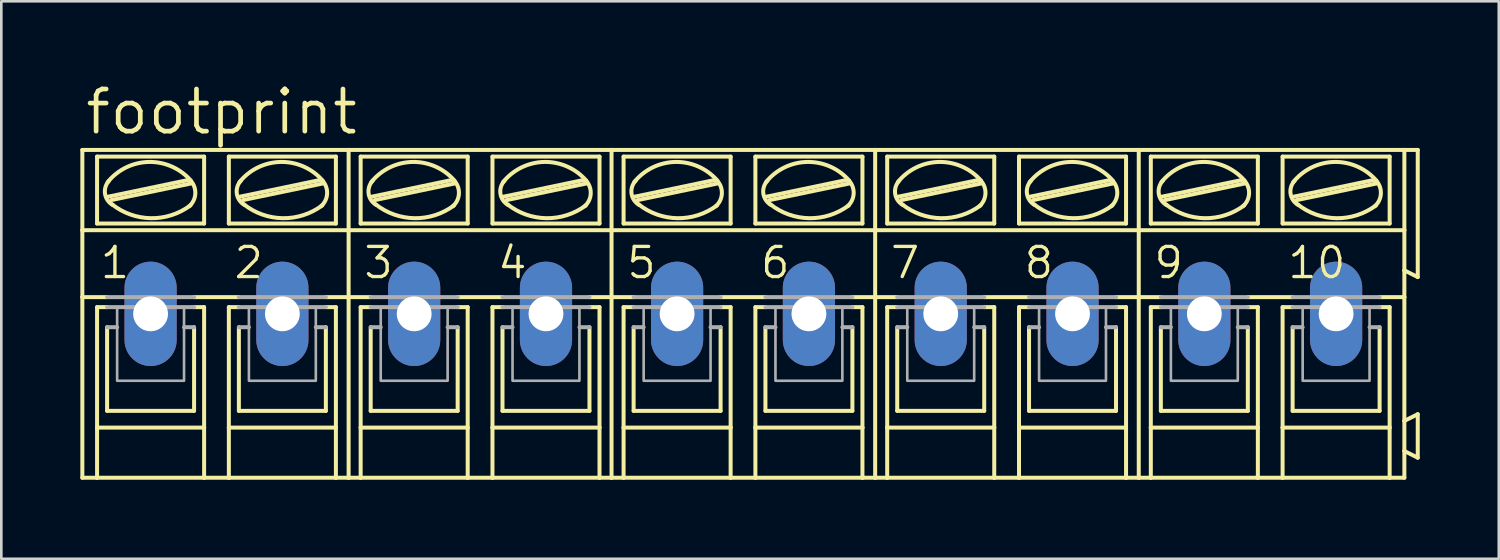
<source format=kicad_pcb>
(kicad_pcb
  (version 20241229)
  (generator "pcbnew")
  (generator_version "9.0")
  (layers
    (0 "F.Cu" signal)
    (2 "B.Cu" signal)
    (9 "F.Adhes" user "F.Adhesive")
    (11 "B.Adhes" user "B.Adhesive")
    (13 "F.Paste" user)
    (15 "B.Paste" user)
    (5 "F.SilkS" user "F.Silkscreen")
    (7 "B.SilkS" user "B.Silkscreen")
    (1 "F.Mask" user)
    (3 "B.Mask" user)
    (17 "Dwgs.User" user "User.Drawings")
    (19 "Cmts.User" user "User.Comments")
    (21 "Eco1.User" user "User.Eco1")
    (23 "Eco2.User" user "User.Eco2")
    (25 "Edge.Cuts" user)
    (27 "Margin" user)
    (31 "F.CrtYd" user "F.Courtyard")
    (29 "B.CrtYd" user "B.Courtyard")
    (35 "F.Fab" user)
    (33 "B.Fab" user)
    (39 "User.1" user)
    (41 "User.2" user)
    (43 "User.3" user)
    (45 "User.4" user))
  (footprint "footprint"
    (layer "F.Cu")
    (at 25.171 8.865)
    (property "Reference" "footprint" (at -25.07 -6.731 0) (layer "F.SilkS") (effects (font (size 1.6 1.6) (thickness 0.178)) (justify left bottom)))
    (fp_line (start -25.095 -3.175) (end -25.095 -6.223) (stroke (width 0.152) (type solid)) (layer "F.SilkS"))
    (fp_line (start -25.095 -3.175) (end -14.986 -3.175) (stroke (width 0.152) (type solid)) (layer "F.SilkS"))
    (fp_line (start -25.095 -0.635) (end -25.095 -3.175) (stroke (width 0.152) (type solid)) (layer "F.SilkS"))
    (fp_line (start -25.095 -0.635) (end -24.155 -0.635) (stroke (width 0.152) (type solid)) (layer "F.SilkS"))
    (fp_line (start -25.095 6.223) (end -25.095 -0.635) (stroke (width 0.152) (type solid)) (layer "F.SilkS"))
    (fp_line (start -25.095 6.223) (end -24.536 6.223) (stroke (width 0.152) (type solid)) (layer "F.SilkS"))
    (fp_line (start -24.536 -3.429) (end -24.536 -5.969) (stroke (width 0.152) (type solid)) (layer "F.SilkS"))
    (fp_line (start -24.536 -0.254) (end -24.536 4.318) (stroke (width 0.152) (type solid)) (layer "F.SilkS"))
    (fp_line (start -24.536 -0.254) (end -24.155 -0.254) (stroke (width 0.152) (type solid)) (layer "F.SilkS"))
    (fp_line (start -24.536 4.318) (end -24.536 6.223) (stroke (width 0.152) (type solid)) (layer "F.SilkS"))
    (fp_line (start -24.536 6.223) (end -20.472 6.223) (stroke (width 0.152) (type solid)) (layer "F.SilkS"))
    (fp_line (start -24.155 3.683) (end -24.155 0.508) (stroke (width 0.152) (type solid)) (layer "F.SilkS"))
    (fp_line (start -24.13 -4.445) (end -21.082 -5.08) (stroke (width 0.152) (type solid)) (layer "F.SilkS"))
    (fp_line (start -24.003 -4.318) (end -20.955 -4.953) (stroke (width 0.152) (type solid)) (layer "F.SilkS"))
    (fp_line (start -20.853 -0.635) (end -19.152 -0.635) (stroke (width 0.152) (type solid)) (layer "F.SilkS"))
    (fp_line (start -20.853 3.683) (end -24.155 3.683) (stroke (width 0.152) (type solid)) (layer "F.SilkS"))
    (fp_line (start -20.853 3.683) (end -20.853 0.508) (stroke (width 0.152) (type solid)) (layer "F.SilkS"))
    (fp_line (start -20.472 -5.969) (end -24.536 -5.969) (stroke (width 0.152) (type solid)) (layer "F.SilkS"))
    (fp_line (start -20.472 -3.429) (end -24.536 -3.429) (stroke (width 0.152) (type solid)) (layer "F.SilkS"))
    (fp_line (start -20.472 -3.429) (end -20.472 -5.969) (stroke (width 0.152) (type solid)) (layer "F.SilkS"))
    (fp_line (start -20.472 -0.254) (end -20.853 -0.254) (stroke (width 0.152) (type solid)) (layer "F.SilkS"))
    (fp_line (start -20.472 4.318) (end -24.536 4.318) (stroke (width 0.152) (type solid)) (layer "F.SilkS"))
    (fp_line (start -20.472 4.318) (end -20.472 -0.254) (stroke (width 0.152) (type solid)) (layer "F.SilkS"))
    (fp_line (start -20.472 6.223) (end -20.472 4.318) (stroke (width 0.152) (type solid)) (layer "F.SilkS"))
    (fp_line (start -20.472 6.223) (end -19.533 6.223) (stroke (width 0.152) (type solid)) (layer "F.SilkS"))
    (fp_line (start -19.533 -5.969) (end -15.469 -5.969) (stroke (width 0.152) (type solid)) (layer "F.SilkS"))
    (fp_line (start -19.533 -3.429) (end -19.533 -5.969) (stroke (width 0.152) (type solid)) (layer "F.SilkS"))
    (fp_line (start -19.533 -0.254) (end -19.152 -0.254) (stroke (width 0.152) (type solid)) (layer "F.SilkS"))
    (fp_line (start -19.533 4.318) (end -19.533 -0.254) (stroke (width 0.152) (type solid)) (layer "F.SilkS"))
    (fp_line (start -19.533 4.318) (end -15.469 4.318) (stroke (width 0.152) (type solid)) (layer "F.SilkS"))
    (fp_line (start -19.533 6.223) (end -19.533 4.318) (stroke (width 0.152) (type solid)) (layer "F.SilkS"))
    (fp_line (start -19.533 6.223) (end -15.469 6.223) (stroke (width 0.152) (type solid)) (layer "F.SilkS"))
    (fp_line (start -19.152 3.683) (end -19.152 0.508) (stroke (width 0.152) (type solid)) (layer "F.SilkS"))
    (fp_line (start -19.126 -4.445) (end -16.078 -5.08) (stroke (width 0.152) (type solid)) (layer "F.SilkS"))
    (fp_line (start -18.999 -4.318) (end -15.951 -4.953) (stroke (width 0.152) (type solid)) (layer "F.SilkS"))
    (fp_line (start -15.85 3.683) (end -19.152 3.683) (stroke (width 0.152) (type solid)) (layer "F.SilkS"))
    (fp_line (start -15.85 3.683) (end -15.85 0.508) (stroke (width 0.152) (type solid)) (layer "F.SilkS"))
    (fp_line (start -15.469 -5.969) (end -15.469 -3.429) (stroke (width 0.152) (type solid)) (layer "F.SilkS"))
    (fp_line (start -15.469 -3.429) (end -19.533 -3.429) (stroke (width 0.152) (type solid)) (layer "F.SilkS"))
    (fp_line (start -15.469 -0.254) (end -15.85 -0.254) (stroke (width 0.152) (type solid)) (layer "F.SilkS"))
    (fp_line (start -15.469 -0.254) (end -15.469 4.318) (stroke (width 0.152) (type solid)) (layer "F.SilkS"))
    (fp_line (start -15.469 4.318) (end -15.469 6.223) (stroke (width 0.152) (type solid)) (layer "F.SilkS"))
    (fp_line (start -15.469 6.223) (end -14.986 6.223) (stroke (width 0.152) (type solid)) (layer "F.SilkS"))
    (fp_line (start -14.986 -6.223) (end -25.095 -6.223) (stroke (width 0.152) (type solid)) (layer "F.SilkS"))
    (fp_line (start -14.986 -3.175) (end -14.986 -6.223) (stroke (width 0.152) (type solid)) (layer "F.SilkS"))
    (fp_line (start -14.986 -3.175) (end -5.004 -3.175) (stroke (width 0.152) (type solid)) (layer "F.SilkS"))
    (fp_line (start -14.986 -0.635) (end -15.85 -0.635) (stroke (width 0.152) (type solid)) (layer "F.SilkS"))
    (fp_line (start -14.986 -0.635) (end -14.986 -3.175) (stroke (width 0.152) (type solid)) (layer "F.SilkS"))
    (fp_line (start -14.986 -0.635) (end -14.148 -0.635) (stroke (width 0.152) (type solid)) (layer "F.SilkS"))
    (fp_line (start -14.986 6.223) (end -14.986 -0.635) (stroke (width 0.152) (type solid)) (layer "F.SilkS"))
    (fp_line (start -14.986 6.223) (end -14.529 6.223) (stroke (width 0.152) (type solid)) (layer "F.SilkS"))
    (fp_line (start -14.529 -3.429) (end -14.529 -5.969) (stroke (width 0.152) (type solid)) (layer "F.SilkS"))
    (fp_line (start -14.529 -0.254) (end -14.529 4.318) (stroke (width 0.152) (type solid)) (layer "F.SilkS"))
    (fp_line (start -14.529 -0.254) (end -14.148 -0.254) (stroke (width 0.152) (type solid)) (layer "F.SilkS"))
    (fp_line (start -14.529 4.318) (end -14.529 6.223) (stroke (width 0.152) (type solid)) (layer "F.SilkS"))
    (fp_line (start -14.529 6.223) (end -10.465 6.223) (stroke (width 0.152) (type solid)) (layer "F.SilkS"))
    (fp_line (start -14.148 3.683) (end -14.148 0.508) (stroke (width 0.152) (type solid)) (layer "F.SilkS"))
    (fp_line (start -14.122 -4.445) (end -11.074 -5.08) (stroke (width 0.152) (type solid)) (layer "F.SilkS"))
    (fp_line (start -13.995 -4.318) (end -10.947 -4.953) (stroke (width 0.152) (type solid)) (layer "F.SilkS"))
    (fp_line (start -10.846 -0.635) (end -9.144 -0.635) (stroke (width 0.152) (type solid)) (layer "F.SilkS"))
    (fp_line (start -10.846 3.683) (end -14.148 3.683) (stroke (width 0.152) (type solid)) (layer "F.SilkS"))
    (fp_line (start -10.846 3.683) (end -10.846 0.508) (stroke (width 0.152) (type solid)) (layer "F.SilkS"))
    (fp_line (start -10.465 -5.969) (end -14.529 -5.969) (stroke (width 0.152) (type solid)) (layer "F.SilkS"))
    (fp_line (start -10.465 -3.429) (end -14.529 -3.429) (stroke (width 0.152) (type solid)) (layer "F.SilkS"))
    (fp_line (start -10.465 -3.429) (end -10.465 -5.969) (stroke (width 0.152) (type solid)) (layer "F.SilkS"))
    (fp_line (start -10.465 -0.254) (end -10.846 -0.254) (stroke (width 0.152) (type solid)) (layer "F.SilkS"))
    (fp_line (start -10.465 4.318) (end -14.529 4.318) (stroke (width 0.152) (type solid)) (layer "F.SilkS"))
    (fp_line (start -10.465 4.318) (end -10.465 -0.254) (stroke (width 0.152) (type solid)) (layer "F.SilkS"))
    (fp_line (start -10.465 6.223) (end -10.465 4.318) (stroke (width 0.152) (type solid)) (layer "F.SilkS"))
    (fp_line (start -10.465 6.223) (end -9.525 6.223) (stroke (width 0.152) (type solid)) (layer "F.SilkS"))
    (fp_line (start -9.525 -5.969) (end -5.461 -5.969) (stroke (width 0.152) (type solid)) (layer "F.SilkS"))
    (fp_line (start -9.525 -3.429) (end -9.525 -5.969) (stroke (width 0.152) (type solid)) (layer "F.SilkS"))
    (fp_line (start -9.525 -0.254) (end -9.144 -0.254) (stroke (width 0.152) (type solid)) (layer "F.SilkS"))
    (fp_line (start -9.525 4.318) (end -9.525 -0.254) (stroke (width 0.152) (type solid)) (layer "F.SilkS"))
    (fp_line (start -9.525 4.318) (end -5.461 4.318) (stroke (width 0.152) (type solid)) (layer "F.SilkS"))
    (fp_line (start -9.525 6.223) (end -9.525 4.318) (stroke (width 0.152) (type solid)) (layer "F.SilkS"))
    (fp_line (start -9.525 6.223) (end -5.461 6.223) (stroke (width 0.152) (type solid)) (layer "F.SilkS"))
    (fp_line (start -9.144 3.683) (end -9.144 0.508) (stroke (width 0.152) (type solid)) (layer "F.SilkS"))
    (fp_line (start -9.119 -4.445) (end -6.071 -5.08) (stroke (width 0.152) (type solid)) (layer "F.SilkS"))
    (fp_line (start -8.992 -4.318) (end -5.944 -4.953) (stroke (width 0.152) (type solid)) (layer "F.SilkS"))
    (fp_line (start -5.842 3.683) (end -9.144 3.683) (stroke (width 0.152) (type solid)) (layer "F.SilkS"))
    (fp_line (start -5.842 3.683) (end -5.842 0.508) (stroke (width 0.152) (type solid)) (layer "F.SilkS"))
    (fp_line (start -5.461 -5.969) (end -5.461 -3.429) (stroke (width 0.152) (type solid)) (layer "F.SilkS"))
    (fp_line (start -5.461 -3.429) (end -9.525 -3.429) (stroke (width 0.152) (type solid)) (layer "F.SilkS"))
    (fp_line (start -5.461 -0.254) (end -5.842 -0.254) (stroke (width 0.152) (type solid)) (layer "F.SilkS"))
    (fp_line (start -5.461 -0.254) (end -5.461 4.318) (stroke (width 0.152) (type solid)) (layer "F.SilkS"))
    (fp_line (start -5.461 4.318) (end -5.461 6.223) (stroke (width 0.152) (type solid)) (layer "F.SilkS"))
    (fp_line (start -5.461 6.223) (end -5.004 6.223) (stroke (width 0.152) (type solid)) (layer "F.SilkS"))
    (fp_line (start -5.004 -6.223) (end -14.986 -6.223) (stroke (width 0.152) (type solid)) (layer "F.SilkS"))
    (fp_line (start -5.004 -3.175) (end -5.004 -6.223) (stroke (width 0.152) (type solid)) (layer "F.SilkS"))
    (fp_line (start -5.004 -3.175) (end 5.004 -3.175) (stroke (width 0.152) (type solid)) (layer "F.SilkS"))
    (fp_line (start -5.004 -0.635) (end -5.842 -0.635) (stroke (width 0.152) (type solid)) (layer "F.SilkS"))
    (fp_line (start -5.004 -0.635) (end -5.004 -3.175) (stroke (width 0.152) (type solid)) (layer "F.SilkS"))
    (fp_line (start -5.004 -0.635) (end -4.166 -0.635) (stroke (width 0.152) (type solid)) (layer "F.SilkS"))
    (fp_line (start -5.004 6.223) (end -5.004 -0.635) (stroke (width 0.152) (type solid)) (layer "F.SilkS"))
    (fp_line (start -5.004 6.223) (end -4.547 6.223) (stroke (width 0.152) (type solid)) (layer "F.SilkS"))
    (fp_line (start -4.547 -3.429) (end -4.547 -5.969) (stroke (width 0.152) (type solid)) (layer "F.SilkS"))
    (fp_line (start -4.547 -0.254) (end -4.547 4.318) (stroke (width 0.152) (type solid)) (layer "F.SilkS"))
    (fp_line (start -4.547 -0.254) (end -4.166 -0.254) (stroke (width 0.152) (type solid)) (layer "F.SilkS"))
    (fp_line (start -4.547 4.318) (end -4.547 6.223) (stroke (width 0.152) (type solid)) (layer "F.SilkS"))
    (fp_line (start -4.547 6.223) (end -0.483 6.223) (stroke (width 0.152) (type solid)) (layer "F.SilkS"))
    (fp_line (start -4.166 3.683) (end -4.166 0.508) (stroke (width 0.152) (type solid)) (layer "F.SilkS"))
    (fp_line (start -4.14 -4.445) (end -1.092 -5.08) (stroke (width 0.152) (type solid)) (layer "F.SilkS"))
    (fp_line (start -4.013 -4.318) (end -0.965 -4.953) (stroke (width 0.152) (type solid)) (layer "F.SilkS"))
    (fp_line (start -0.864 -0.635) (end 0.838 -0.635) (stroke (width 0.152) (type solid)) (layer "F.SilkS"))
    (fp_line (start -0.864 3.683) (end -4.166 3.683) (stroke (width 0.152) (type solid)) (layer "F.SilkS"))
    (fp_line (start -0.864 3.683) (end -0.864 0.508) (stroke (width 0.152) (type solid)) (layer "F.SilkS"))
    (fp_line (start -0.483 -5.969) (end -4.547 -5.969) (stroke (width 0.152) (type solid)) (layer "F.SilkS"))
    (fp_line (start -0.483 -3.429) (end -4.547 -3.429) (stroke (width 0.152) (type solid)) (layer "F.SilkS"))
    (fp_line (start -0.483 -3.429) (end -0.483 -5.969) (stroke (width 0.152) (type solid)) (layer "F.SilkS"))
    (fp_line (start -0.483 -0.254) (end -0.864 -0.254) (stroke (width 0.152) (type solid)) (layer "F.SilkS"))
    (fp_line (start -0.483 4.318) (end -4.547 4.318) (stroke (width 0.152) (type solid)) (layer "F.SilkS"))
    (fp_line (start -0.483 4.318) (end -0.483 -0.254) (stroke (width 0.152) (type solid)) (layer "F.SilkS"))
    (fp_line (start -0.483 6.223) (end -0.483 4.318) (stroke (width 0.152) (type solid)) (layer "F.SilkS"))
    (fp_line (start -0.483 6.223) (end 0.457 6.223) (stroke (width 0.152) (type solid)) (layer "F.SilkS"))
    (fp_line (start 0.457 -5.969) (end 4.521 -5.969) (stroke (width 0.152) (type solid)) (layer "F.SilkS"))
    (fp_line (start 0.457 -3.429) (end 0.457 -5.969) (stroke (width 0.152) (type solid)) (layer "F.SilkS"))
    (fp_line (start 0.457 -0.254) (end 0.838 -0.254) (stroke (width 0.152) (type solid)) (layer "F.SilkS"))
    (fp_line (start 0.457 4.318) (end 0.457 -0.254) (stroke (width 0.152) (type solid)) (layer "F.SilkS"))
    (fp_line (start 0.457 4.318) (end 4.521 4.318) (stroke (width 0.152) (type solid)) (layer "F.SilkS"))
    (fp_line (start 0.457 6.223) (end 0.457 4.318) (stroke (width 0.152) (type solid)) (layer "F.SilkS"))
    (fp_line (start 0.457 6.223) (end 4.521 6.223) (stroke (width 0.152) (type solid)) (layer "F.SilkS"))
    (fp_line (start 0.838 3.683) (end 0.838 0.508) (stroke (width 0.152) (type solid)) (layer "F.SilkS"))
    (fp_line (start 0.864 -4.445) (end 3.912 -5.08) (stroke (width 0.152) (type solid)) (layer "F.SilkS"))
    (fp_line (start 0.991 -4.318) (end 4.039 -4.953) (stroke (width 0.152) (type solid)) (layer "F.SilkS"))
    (fp_line (start 4.14 3.683) (end 0.838 3.683) (stroke (width 0.152) (type solid)) (layer "F.SilkS"))
    (fp_line (start 4.14 3.683) (end 4.14 0.508) (stroke (width 0.152) (type solid)) (layer "F.SilkS"))
    (fp_line (start 4.521 -5.969) (end 4.521 -3.429) (stroke (width 0.152) (type solid)) (layer "F.SilkS"))
    (fp_line (start 4.521 -3.429) (end 0.457 -3.429) (stroke (width 0.152) (type solid)) (layer "F.SilkS"))
    (fp_line (start 4.521 -0.254) (end 4.14 -0.254) (stroke (width 0.152) (type solid)) (layer "F.SilkS"))
    (fp_line (start 4.521 -0.254) (end 4.521 4.318) (stroke (width 0.152) (type solid)) (layer "F.SilkS"))
    (fp_line (start 4.521 4.318) (end 4.521 6.223) (stroke (width 0.152) (type solid)) (layer "F.SilkS"))
    (fp_line (start 4.521 6.223) (end 5.004 6.223) (stroke (width 0.152) (type solid)) (layer "F.SilkS"))
    (fp_line (start 5.004 -6.223) (end -5.004 -6.223) (stroke (width 0.152) (type solid)) (layer "F.SilkS"))
    (fp_line (start 5.004 -3.175) (end 5.004 -6.223) (stroke (width 0.152) (type solid)) (layer "F.SilkS"))
    (fp_line (start 5.004 -3.175) (end 15.011 -3.175) (stroke (width 0.152) (type solid)) (layer "F.SilkS"))
    (fp_line (start 5.004 -0.635) (end 4.14 -0.635) (stroke (width 0.152) (type solid)) (layer "F.SilkS"))
    (fp_line (start 5.004 -0.635) (end 5.004 -3.175) (stroke (width 0.152) (type solid)) (layer "F.SilkS"))
    (fp_line (start 5.004 -0.635) (end 5.842 -0.635) (stroke (width 0.152) (type solid)) (layer "F.SilkS"))
    (fp_line (start 5.004 6.223) (end 5.004 -0.635) (stroke (width 0.152) (type solid)) (layer "F.SilkS"))
    (fp_line (start 5.004 6.223) (end 5.461 6.223) (stroke (width 0.152) (type solid)) (layer "F.SilkS"))
    (fp_line (start 5.461 -3.429) (end 5.461 -5.969) (stroke (width 0.152) (type solid)) (layer "F.SilkS"))
    (fp_line (start 5.461 -0.254) (end 5.461 4.318) (stroke (width 0.152) (type solid)) (layer "F.SilkS"))
    (fp_line (start 5.461 -0.254) (end 5.842 -0.254) (stroke (width 0.152) (type solid)) (layer "F.SilkS"))
    (fp_line (start 5.461 4.318) (end 5.461 6.223) (stroke (width 0.152) (type solid)) (layer "F.SilkS"))
    (fp_line (start 5.461 6.223) (end 9.525 6.223) (stroke (width 0.152) (type solid)) (layer "F.SilkS"))
    (fp_line (start 5.842 3.683) (end 5.842 0.508) (stroke (width 0.152) (type solid)) (layer "F.SilkS"))
    (fp_line (start 5.867 -4.445) (end 8.915 -5.08) (stroke (width 0.152) (type solid)) (layer "F.SilkS"))
    (fp_line (start 5.994 -4.318) (end 9.042 -4.953) (stroke (width 0.152) (type solid)) (layer "F.SilkS"))
    (fp_line (start 9.144 -0.635) (end 10.846 -0.635) (stroke (width 0.152) (type solid)) (layer "F.SilkS"))
    (fp_line (start 9.144 3.683) (end 5.842 3.683) (stroke (width 0.152) (type solid)) (layer "F.SilkS"))
    (fp_line (start 9.144 3.683) (end 9.144 0.508) (stroke (width 0.152) (type solid)) (layer "F.SilkS"))
    (fp_line (start 9.525 -5.969) (end 5.461 -5.969) (stroke (width 0.152) (type solid)) (layer "F.SilkS"))
    (fp_line (start 9.525 -3.429) (end 5.461 -3.429) (stroke (width 0.152) (type solid)) (layer "F.SilkS"))
    (fp_line (start 9.525 -3.429) (end 9.525 -5.969) (stroke (width 0.152) (type solid)) (layer "F.SilkS"))
    (fp_line (start 9.525 -0.254) (end 9.144 -0.254) (stroke (width 0.152) (type solid)) (layer "F.SilkS"))
    (fp_line (start 9.525 4.318) (end 5.461 4.318) (stroke (width 0.152) (type solid)) (layer "F.SilkS"))
    (fp_line (start 9.525 4.318) (end 9.525 -0.254) (stroke (width 0.152) (type solid)) (layer "F.SilkS"))
    (fp_line (start 9.525 6.223) (end 9.525 4.318) (stroke (width 0.152) (type solid)) (layer "F.SilkS"))
    (fp_line (start 9.525 6.223) (end 10.465 6.223) (stroke (width 0.152) (type solid)) (layer "F.SilkS"))
    (fp_line (start 10.465 -5.969) (end 14.529 -5.969) (stroke (width 0.152) (type solid)) (layer "F.SilkS"))
    (fp_line (start 10.465 -3.429) (end 10.465 -5.969) (stroke (width 0.152) (type solid)) (layer "F.SilkS"))
    (fp_line (start 10.465 -0.254) (end 10.846 -0.254) (stroke (width 0.152) (type solid)) (layer "F.SilkS"))
    (fp_line (start 10.465 4.318) (end 10.465 -0.254) (stroke (width 0.152) (type solid)) (layer "F.SilkS"))
    (fp_line (start 10.465 4.318) (end 14.529 4.318) (stroke (width 0.152) (type solid)) (layer "F.SilkS"))
    (fp_line (start 10.465 6.223) (end 10.465 4.318) (stroke (width 0.152) (type solid)) (layer "F.SilkS"))
    (fp_line (start 10.465 6.223) (end 14.529 6.223) (stroke (width 0.152) (type solid)) (layer "F.SilkS"))
    (fp_line (start 10.846 3.683) (end 10.846 0.508) (stroke (width 0.152) (type solid)) (layer "F.SilkS"))
    (fp_line (start 10.871 -4.445) (end 13.919 -5.08) (stroke (width 0.152) (type solid)) (layer "F.SilkS"))
    (fp_line (start 10.998 -4.318) (end 14.046 -4.953) (stroke (width 0.152) (type solid)) (layer "F.SilkS"))
    (fp_line (start 14.148 3.683) (end 10.846 3.683) (stroke (width 0.152) (type solid)) (layer "F.SilkS"))
    (fp_line (start 14.148 3.683) (end 14.148 0.508) (stroke (width 0.152) (type solid)) (layer "F.SilkS"))
    (fp_line (start 14.529 -5.969) (end 14.529 -3.429) (stroke (width 0.152) (type solid)) (layer "F.SilkS"))
    (fp_line (start 14.529 -3.429) (end 10.465 -3.429) (stroke (width 0.152) (type solid)) (layer "F.SilkS"))
    (fp_line (start 14.529 -0.254) (end 14.148 -0.254) (stroke (width 0.152) (type solid)) (layer "F.SilkS"))
    (fp_line (start 14.529 -0.254) (end 14.529 4.318) (stroke (width 0.152) (type solid)) (layer "F.SilkS"))
    (fp_line (start 14.529 4.318) (end 14.529 6.223) (stroke (width 0.152) (type solid)) (layer "F.SilkS"))
    (fp_line (start 14.529 6.223) (end 15.011 6.223) (stroke (width 0.152) (type solid)) (layer "F.SilkS"))
    (fp_line (start 15.011 -6.223) (end 5.004 -6.223) (stroke (width 0.152) (type solid)) (layer "F.SilkS"))
    (fp_line (start 15.011 -3.175) (end 15.011 -6.223) (stroke (width 0.152) (type solid)) (layer "F.SilkS"))
    (fp_line (start 15.011 -3.175) (end 25.095 -3.175) (stroke (width 0.152) (type solid)) (layer "F.SilkS"))
    (fp_line (start 15.011 -0.635) (end 14.148 -0.635) (stroke (width 0.152) (type solid)) (layer "F.SilkS"))
    (fp_line (start 15.011 -0.635) (end 15.011 -3.175) (stroke (width 0.152) (type solid)) (layer "F.SilkS"))
    (fp_line (start 15.011 -0.635) (end 15.85 -0.635) (stroke (width 0.152) (type solid)) (layer "F.SilkS"))
    (fp_line (start 15.011 6.223) (end 15.011 -0.635) (stroke (width 0.152) (type solid)) (layer "F.SilkS"))
    (fp_line (start 15.011 6.223) (end 15.469 6.223) (stroke (width 0.152) (type solid)) (layer "F.SilkS"))
    (fp_line (start 15.469 -3.429) (end 15.469 -5.969) (stroke (width 0.152) (type solid)) (layer "F.SilkS"))
    (fp_line (start 15.469 -0.254) (end 15.469 4.318) (stroke (width 0.152) (type solid)) (layer "F.SilkS"))
    (fp_line (start 15.469 -0.254) (end 15.85 -0.254) (stroke (width 0.152) (type solid)) (layer "F.SilkS"))
    (fp_line (start 15.469 4.318) (end 15.469 6.223) (stroke (width 0.152) (type solid)) (layer "F.SilkS"))
    (fp_line (start 15.469 6.223) (end 19.533 6.223) (stroke (width 0.152) (type solid)) (layer "F.SilkS"))
    (fp_line (start 15.85 3.683) (end 15.85 0.508) (stroke (width 0.152) (type solid)) (layer "F.SilkS"))
    (fp_line (start 15.875 -4.445) (end 18.923 -5.08) (stroke (width 0.152) (type solid)) (layer "F.SilkS"))
    (fp_line (start 16.002 -4.318) (end 19.05 -4.953) (stroke (width 0.152) (type solid)) (layer "F.SilkS"))
    (fp_line (start 19.152 -0.635) (end 20.853 -0.635) (stroke (width 0.152) (type solid)) (layer "F.SilkS"))
    (fp_line (start 19.152 3.683) (end 15.85 3.683) (stroke (width 0.152) (type solid)) (layer "F.SilkS"))
    (fp_line (start 19.152 3.683) (end 19.152 0.508) (stroke (width 0.152) (type solid)) (layer "F.SilkS"))
    (fp_line (start 19.533 -5.969) (end 15.469 -5.969) (stroke (width 0.152) (type solid)) (layer "F.SilkS"))
    (fp_line (start 19.533 -3.429) (end 15.469 -3.429) (stroke (width 0.152) (type solid)) (layer "F.SilkS"))
    (fp_line (start 19.533 -3.429) (end 19.533 -5.969) (stroke (width 0.152) (type solid)) (layer "F.SilkS"))
    (fp_line (start 19.533 -0.254) (end 19.152 -0.254) (stroke (width 0.152) (type solid)) (layer "F.SilkS"))
    (fp_line (start 19.533 4.318) (end 15.469 4.318) (stroke (width 0.152) (type solid)) (layer "F.SilkS"))
    (fp_line (start 19.533 4.318) (end 19.533 -0.254) (stroke (width 0.152) (type solid)) (layer "F.SilkS"))
    (fp_line (start 19.533 6.223) (end 19.533 4.318) (stroke (width 0.152) (type solid)) (layer "F.SilkS"))
    (fp_line (start 19.533 6.223) (end 20.472 6.223) (stroke (width 0.152) (type solid)) (layer "F.SilkS"))
    (fp_line (start 20.472 -5.969) (end 24.536 -5.969) (stroke (width 0.152) (type solid)) (layer "F.SilkS"))
    (fp_line (start 20.472 -3.429) (end 20.472 -5.969) (stroke (width 0.152) (type solid)) (layer "F.SilkS"))
    (fp_line (start 20.472 -0.254) (end 20.853 -0.254) (stroke (width 0.152) (type solid)) (layer "F.SilkS"))
    (fp_line (start 20.472 4.318) (end 20.472 -0.254) (stroke (width 0.152) (type solid)) (layer "F.SilkS"))
    (fp_line (start 20.472 4.318) (end 24.536 4.318) (stroke (width 0.152) (type solid)) (layer "F.SilkS"))
    (fp_line (start 20.472 6.223) (end 20.472 4.318) (stroke (width 0.152) (type solid)) (layer "F.SilkS"))
    (fp_line (start 20.472 6.223) (end 24.536 6.223) (stroke (width 0.152) (type solid)) (layer "F.SilkS"))
    (fp_line (start 20.853 3.683) (end 20.853 0.508) (stroke (width 0.152) (type solid)) (layer "F.SilkS"))
    (fp_line (start 20.879 -4.445) (end 23.927 -5.08) (stroke (width 0.152) (type solid)) (layer "F.SilkS"))
    (fp_line (start 21.006 -4.318) (end 24.054 -4.953) (stroke (width 0.152) (type solid)) (layer "F.SilkS"))
    (fp_line (start 24.155 3.683) (end 20.853 3.683) (stroke (width 0.152) (type solid)) (layer "F.SilkS"))
    (fp_line (start 24.155 3.683) (end 24.155 0.508) (stroke (width 0.152) (type solid)) (layer "F.SilkS"))
    (fp_line (start 24.536 -5.969) (end 24.536 -3.429) (stroke (width 0.152) (type solid)) (layer "F.SilkS"))
    (fp_line (start 24.536 -3.429) (end 20.472 -3.429) (stroke (width 0.152) (type solid)) (layer "F.SilkS"))
    (fp_line (start 24.536 -0.254) (end 24.155 -0.254) (stroke (width 0.152) (type solid)) (layer "F.SilkS"))
    (fp_line (start 24.536 -0.254) (end 24.536 4.318) (stroke (width 0.152) (type solid)) (layer "F.SilkS"))
    (fp_line (start 24.536 4.318) (end 24.536 6.223) (stroke (width 0.152) (type solid)) (layer "F.SilkS"))
    (fp_line (start 24.536 6.223) (end 25.095 6.223) (stroke (width 0.152) (type solid)) (layer "F.SilkS"))
    (fp_line (start 25.095 -6.223) (end 15.011 -6.223) (stroke (width 0.152) (type solid)) (layer "F.SilkS"))
    (fp_line (start 25.095 -6.223) (end 25.095 -3.175) (stroke (width 0.152) (type solid)) (layer "F.SilkS"))
    (fp_line (start 25.095 -6.223) (end 25.603 -6.223) (stroke (width 0.152) (type solid)) (layer "F.SilkS"))
    (fp_line (start 25.095 -3.175) (end 25.095 -1.651) (stroke (width 0.152) (type solid)) (layer "F.SilkS"))
    (fp_line (start 25.095 -1.651) (end 25.095 -0.635) (stroke (width 0.152) (type solid)) (layer "F.SilkS"))
    (fp_line (start 25.095 -0.635) (end 24.155 -0.635) (stroke (width 0.152) (type solid)) (layer "F.SilkS"))
    (fp_line (start 25.095 -0.635) (end 25.095 4.064) (stroke (width 0.152) (type solid)) (layer "F.SilkS"))
    (fp_line (start 25.095 4.064) (end 25.095 5.207) (stroke (width 0.152) (type solid)) (layer "F.SilkS"))
    (fp_line (start 25.095 5.207) (end 25.095 6.223) (stroke (width 0.152) (type solid)) (layer "F.SilkS"))
    (fp_line (start 25.603 -6.223) (end 25.603 -1.397) (stroke (width 0.152) (type solid)) (layer "F.SilkS"))
    (fp_line (start 25.603 -1.397) (end 25.095 -1.651) (stroke (width 0.152) (type solid)) (layer "F.SilkS"))
    (fp_line (start 25.603 3.81) (end 25.095 4.064) (stroke (width 0.152) (type solid)) (layer "F.SilkS"))
    (fp_line (start 25.603 3.81) (end 25.603 5.461) (stroke (width 0.152) (type solid)) (layer "F.SilkS"))
    (fp_line (start 25.603 5.461) (end 25.095 5.207) (stroke (width 0.152) (type solid)) (layer "F.SilkS"))
    (fp_arc (start -24.13 -5.0038) (mid -22.565626 -5.76695) (end -20.975599 -5.058801) (stroke (width 0.1524) (type solid)) (layer "F.SilkS"))
    (fp_arc (start -23.935501 -4.129699) (mid -24.233425 -4.557025) (end -24.0792 -5.0546) (stroke (width 0.1524) (type solid)) (layer "F.SilkS"))
    (fp_arc (start -20.989801 -4.118799) (mid -22.491704 -3.631242) (end -23.9776 -4.1656) (stroke (width 0.1524) (type solid)) (layer "F.SilkS"))
    (fp_arc (start -20.980499 -5.054499) (mid -20.806139 -4.558083) (end -21.0362 -4.0849) (stroke (width 0.1524) (type solid)) (layer "F.SilkS"))
    (fp_arc (start -19.1262 -5.0038) (mid -17.561826 -5.76695) (end -15.971799 -5.058801) (stroke (width 0.1524) (type solid)) (layer "F.SilkS"))
    (fp_arc (start -18.931701 -4.129699) (mid -19.229625 -4.557025) (end -19.0754 -5.0546) (stroke (width 0.1524) (type solid)) (layer "F.SilkS"))
    (fp_arc (start -15.986001 -4.118799) (mid -17.487904 -3.631242) (end -18.9738 -4.1656) (stroke (width 0.1524) (type solid)) (layer "F.SilkS"))
    (fp_arc (start -15.976699 -5.054499) (mid -15.802339 -4.558083) (end -16.0324 -4.0849) (stroke (width 0.1524) (type solid)) (layer "F.SilkS"))
    (fp_arc (start -14.1224 -5.0038) (mid -12.558026 -5.76695) (end -10.967999 -5.058801) (stroke (width 0.1524) (type solid)) (layer "F.SilkS"))
    (fp_arc (start -13.927901 -4.129699) (mid -14.225825 -4.557025) (end -14.0716 -5.0546) (stroke (width 0.1524) (type solid)) (layer "F.SilkS"))
    (fp_arc (start -10.982201 -4.118799) (mid -12.484104 -3.631242) (end -13.97 -4.1656) (stroke (width 0.1524) (type solid)) (layer "F.SilkS"))
    (fp_arc (start -10.972899 -5.054499) (mid -10.798539 -4.558083) (end -11.0286 -4.0849) (stroke (width 0.1524) (type solid)) (layer "F.SilkS"))
    (fp_arc (start -9.1186 -5.0038) (mid -7.554226 -5.76695) (end -5.964199 -5.058801) (stroke (width 0.1524) (type solid)) (layer "F.SilkS"))
    (fp_arc (start -8.924101 -4.129699) (mid -9.222025 -4.557025) (end -9.0678 -5.0546) (stroke (width 0.1524) (type solid)) (layer "F.SilkS"))
    (fp_arc (start -5.978401 -4.118799) (mid -7.480304 -3.631242) (end -8.9662 -4.1656) (stroke (width 0.1524) (type solid)) (layer "F.SilkS"))
    (fp_arc (start -5.969099 -5.054499) (mid -5.794739 -4.558083) (end -6.0248 -4.0849) (stroke (width 0.1524) (type solid)) (layer "F.SilkS"))
    (fp_arc (start -4.1402 -5.0038) (mid -2.575826 -5.76695) (end -0.985799 -5.058801) (stroke (width 0.1524) (type solid)) (layer "F.SilkS"))
    (fp_arc (start -3.945701 -4.129699) (mid -4.243625 -4.557025) (end -4.0894 -5.0546) (stroke (width 0.1524) (type solid)) (layer "F.SilkS"))
    (fp_arc (start -1.000001 -4.118799) (mid -2.501904 -3.631242) (end -3.9878 -4.1656) (stroke (width 0.1524) (type solid)) (layer "F.SilkS"))
    (fp_arc (start -0.990699 -5.054499) (mid -0.816339 -4.558083) (end -1.0464 -4.0849) (stroke (width 0.1524) (type solid)) (layer "F.SilkS"))
    (fp_arc (start 0.8636 -5.0038) (mid 2.42792 -5.766807) (end 4.0178 -5.058598) (stroke (width 0.1524) (type solid)) (layer "F.SilkS"))
    (fp_arc (start 1.058098 -4.1297) (mid 0.760175 -4.557026) (end 0.9144 -5.0546) (stroke (width 0.1524) (type solid)) (layer "F.SilkS"))
    (fp_arc (start 4.0038 -4.118901) (mid 2.501914 -3.631283) (end 1.016 -4.1656) (stroke (width 0.1524) (type solid)) (layer "F.SilkS"))
    (fp_arc (start 4.0131 -5.0545) (mid 4.18746 -4.558084) (end 3.9574 -4.0849) (stroke (width 0.1524) (type solid)) (layer "F.SilkS"))
    (fp_arc (start 5.8674 -5.0038) (mid 7.43172 -5.766807) (end 9.0216 -5.058598) (stroke (width 0.1524) (type solid)) (layer "F.SilkS"))
    (fp_arc (start 6.061898 -4.1297) (mid 5.763975 -4.557026) (end 5.9182 -5.0546) (stroke (width 0.1524) (type solid)) (layer "F.SilkS"))
    (fp_arc (start 9.0076 -4.118901) (mid 7.505714 -3.631283) (end 6.0198 -4.1656) (stroke (width 0.1524) (type solid)) (layer "F.SilkS"))
    (fp_arc (start 9.0169 -5.0545) (mid 9.19126 -4.558084) (end 8.9612 -4.0849) (stroke (width 0.1524) (type solid)) (layer "F.SilkS"))
    (fp_arc (start 10.8712 -5.0038) (mid 12.43552 -5.766807) (end 14.0254 -5.058598) (stroke (width 0.1524) (type solid)) (layer "F.SilkS"))
    (fp_arc (start 11.065698 -4.1297) (mid 10.767775 -4.557026) (end 10.922 -5.0546) (stroke (width 0.1524) (type solid)) (layer "F.SilkS"))
    (fp_arc (start 14.0114 -4.118901) (mid 12.509514 -3.631283) (end 11.0236 -4.1656) (stroke (width 0.1524) (type solid)) (layer "F.SilkS"))
    (fp_arc (start 14.0207 -5.0545) (mid 14.19506 -4.558084) (end 13.965 -4.0849) (stroke (width 0.1524) (type solid)) (layer "F.SilkS"))
    (fp_arc (start 15.875 -5.0038) (mid 17.43932 -5.766807) (end 19.0292 -5.058598) (stroke (width 0.1524) (type solid)) (layer "F.SilkS"))
    (fp_arc (start 16.069498 -4.1297) (mid 15.771575 -4.557026) (end 15.9258 -5.0546) (stroke (width 0.1524) (type solid)) (layer "F.SilkS"))
    (fp_arc (start 19.0152 -4.118901) (mid 17.513314 -3.631283) (end 16.0274 -4.1656) (stroke (width 0.1524) (type solid)) (layer "F.SilkS"))
    (fp_arc (start 19.0245 -5.0545) (mid 19.19886 -4.558084) (end 18.9688 -4.0849) (stroke (width 0.1524) (type solid)) (layer "F.SilkS"))
    (fp_arc (start 20.8788 -5.0038) (mid 22.44312 -5.766807) (end 24.033 -5.058598) (stroke (width 0.1524) (type solid)) (layer "F.SilkS"))
    (fp_arc (start 21.073298 -4.1297) (mid 20.775375 -4.557026) (end 20.9296 -5.0546) (stroke (width 0.1524) (type solid)) (layer "F.SilkS"))
    (fp_arc (start 24.019 -4.118901) (mid 22.517114 -3.631283) (end 21.0312 -4.1656) (stroke (width 0.1524) (type solid)) (layer "F.SilkS"))
    (fp_arc (start 24.0283 -5.0545) (mid 24.20266 -4.558084) (end 23.9726 -4.0849) (stroke (width 0.1524) (type solid)) (layer "F.SilkS"))
    (fp_line (start -24.155 -0.635) (end -20.853 -0.635) (stroke (width 0.152) (type solid)) (layer "F.Fab"))
    (fp_line (start -24.155 0.508) (end -23.774 0.508) (stroke (width 0.152) (type solid)) (layer "F.Fab"))
    (fp_line (start -20.853 -0.254) (end -24.155 -0.254) (stroke (width 0.152) (type solid)) (layer "F.Fab"))
    (fp_line (start -20.853 0.508) (end -21.234 0.508) (stroke (width 0.152) (type solid)) (layer "F.Fab"))
    (fp_line (start -19.152 -0.254) (end -15.85 -0.254) (stroke (width 0.152) (type solid)) (layer "F.Fab"))
    (fp_line (start -19.152 0.508) (end -18.771 0.508) (stroke (width 0.152) (type solid)) (layer "F.Fab"))
    (fp_line (start -15.85 -0.635) (end -19.152 -0.635) (stroke (width 0.152) (type solid)) (layer "F.Fab"))
    (fp_line (start -15.85 0.508) (end -16.231 0.508) (stroke (width 0.152) (type solid)) (layer "F.Fab"))
    (fp_line (start -14.148 -0.635) (end -10.846 -0.635) (stroke (width 0.152) (type solid)) (layer "F.Fab"))
    (fp_line (start -14.148 0.508) (end -13.767 0.508) (stroke (width 0.152) (type solid)) (layer "F.Fab"))
    (fp_line (start -10.846 -0.254) (end -14.148 -0.254) (stroke (width 0.152) (type solid)) (layer "F.Fab"))
    (fp_line (start -10.846 0.508) (end -11.227 0.508) (stroke (width 0.152) (type solid)) (layer "F.Fab"))
    (fp_line (start -9.144 -0.254) (end -5.842 -0.254) (stroke (width 0.152) (type solid)) (layer "F.Fab"))
    (fp_line (start -9.144 0.508) (end -8.763 0.508) (stroke (width 0.152) (type solid)) (layer "F.Fab"))
    (fp_line (start -5.842 -0.635) (end -9.144 -0.635) (stroke (width 0.152) (type solid)) (layer "F.Fab"))
    (fp_line (start -5.842 0.508) (end -6.223 0.508) (stroke (width 0.152) (type solid)) (layer "F.Fab"))
    (fp_line (start -4.166 -0.635) (end -0.864 -0.635) (stroke (width 0.152) (type solid)) (layer "F.Fab"))
    (fp_line (start -4.166 0.508) (end -3.785 0.508) (stroke (width 0.152) (type solid)) (layer "F.Fab"))
    (fp_line (start -0.864 -0.254) (end -4.166 -0.254) (stroke (width 0.152) (type solid)) (layer "F.Fab"))
    (fp_line (start -0.864 0.508) (end -1.245 0.508) (stroke (width 0.152) (type solid)) (layer "F.Fab"))
    (fp_line (start 0.838 -0.254) (end 4.14 -0.254) (stroke (width 0.152) (type solid)) (layer "F.Fab"))
    (fp_line (start 0.838 0.508) (end 1.219 0.508) (stroke (width 0.152) (type solid)) (layer "F.Fab"))
    (fp_line (start 4.14 -0.635) (end 0.838 -0.635) (stroke (width 0.152) (type solid)) (layer "F.Fab"))
    (fp_line (start 4.14 0.508) (end 3.759 0.508) (stroke (width 0.152) (type solid)) (layer "F.Fab"))
    (fp_line (start 5.842 -0.635) (end 9.144 -0.635) (stroke (width 0.152) (type solid)) (layer "F.Fab"))
    (fp_line (start 5.842 0.508) (end 6.223 0.508) (stroke (width 0.152) (type solid)) (layer "F.Fab"))
    (fp_line (start 9.144 -0.254) (end 5.842 -0.254) (stroke (width 0.152) (type solid)) (layer "F.Fab"))
    (fp_line (start 9.144 0.508) (end 8.763 0.508) (stroke (width 0.152) (type solid)) (layer "F.Fab"))
    (fp_line (start 10.846 -0.254) (end 14.148 -0.254) (stroke (width 0.152) (type solid)) (layer "F.Fab"))
    (fp_line (start 10.846 0.508) (end 11.227 0.508) (stroke (width 0.152) (type solid)) (layer "F.Fab"))
    (fp_line (start 14.148 -0.635) (end 10.846 -0.635) (stroke (width 0.152) (type solid)) (layer "F.Fab"))
    (fp_line (start 14.148 0.508) (end 13.767 0.508) (stroke (width 0.152) (type solid)) (layer "F.Fab"))
    (fp_line (start 15.85 -0.635) (end 19.152 -0.635) (stroke (width 0.152) (type solid)) (layer "F.Fab"))
    (fp_line (start 15.85 0.508) (end 16.231 0.508) (stroke (width 0.152) (type solid)) (layer "F.Fab"))
    (fp_line (start 19.152 -0.254) (end 15.85 -0.254) (stroke (width 0.152) (type solid)) (layer "F.Fab"))
    (fp_line (start 19.152 0.508) (end 18.771 0.508) (stroke (width 0.152) (type solid)) (layer "F.Fab"))
    (fp_line (start 20.853 -0.254) (end 24.155 -0.254) (stroke (width 0.152) (type solid)) (layer "F.Fab"))
    (fp_line (start 20.853 0.508) (end 21.234 0.508) (stroke (width 0.152) (type solid)) (layer "F.Fab"))
    (fp_line (start 24.155 -0.635) (end 20.853 -0.635) (stroke (width 0.152) (type solid)) (layer "F.Fab"))
    (fp_line (start 24.155 0.508) (end 23.774 0.508) (stroke (width 0.152) (type solid)) (layer "F.Fab"))
    (fp_poly (pts (xy -23.774 2.54) (xy -21.234 2.54) (xy -21.234 -0.254) (xy -23.774 -0.254)) (stroke (width 0.1) (type solid)) (fill no) (layer "F.Fab"))
    (fp_poly (pts (xy -18.771 2.54) (xy -16.231 2.54) (xy -16.231 -0.254) (xy -18.771 -0.254)) (stroke (width 0.1) (type solid)) (fill no) (layer "F.Fab"))
    (fp_poly (pts (xy -13.767 2.54) (xy -11.227 2.54) (xy -11.227 -0.254) (xy -13.767 -0.254)) (stroke (width 0.1) (type solid)) (fill no) (layer "F.Fab"))
    (fp_poly (pts (xy -8.763 2.54) (xy -6.223 2.54) (xy -6.223 -0.254) (xy -8.763 -0.254)) (stroke (width 0.1) (type solid)) (fill no) (layer "F.Fab"))
    (fp_poly (pts (xy -3.785 2.54) (xy -1.245 2.54) (xy -1.245 -0.254) (xy -3.785 -0.254)) (stroke (width 0.1) (type solid)) (fill no) (layer "F.Fab"))
    (fp_poly (pts (xy 1.219 2.54) (xy 3.759 2.54) (xy 3.759 -0.254) (xy 1.219 -0.254)) (stroke (width 0.1) (type solid)) (fill no) (layer "F.Fab"))
    (fp_poly (pts (xy 6.223 2.54) (xy 8.763 2.54) (xy 8.763 -0.254) (xy 6.223 -0.254)) (stroke (width 0.1) (type solid)) (fill no) (layer "F.Fab"))
    (fp_poly (pts (xy 11.227 2.54) (xy 13.767 2.54) (xy 13.767 -0.254) (xy 11.227 -0.254)) (stroke (width 0.1) (type solid)) (fill no) (layer "F.Fab"))
    (fp_poly (pts (xy 16.231 2.54) (xy 18.771 2.54) (xy 18.771 -0.254) (xy 16.231 -0.254)) (stroke (width 0.1) (type solid)) (fill no) (layer "F.Fab"))
    (fp_poly (pts (xy 21.234 2.54) (xy 23.774 2.54) (xy 23.774 -0.254) (xy 21.234 -0.254)) (stroke (width 0.1) (type solid)) (fill no) (layer "F.Fab"))
    (fp_text user "10" (at 20.599 -1.27 0) (layer "F.SilkS") (effects (font (size 1.143 1.143) (thickness 0.127)) (justify left bottom)))
    (fp_text user "4" (at -9.398 -1.27 0) (layer "F.SilkS") (effects (font (size 1.143 1.143) (thickness 0.127)) (justify left bottom)))
    (fp_text user "6" (at 0.584 -1.27 0) (layer "F.SilkS") (effects (font (size 1.143 1.143) (thickness 0.127)) (justify left bottom)))
    (fp_text user "1" (at -24.486 -1.27 0) (layer "F.SilkS") (effects (font (size 1.143 1.143) (thickness 0.127)) (justify left bottom)))
    (fp_text user "8" (at 10.592 -1.27 0) (layer "F.SilkS") (effects (font (size 1.143 1.143) (thickness 0.127)) (justify left bottom)))
    (fp_text user "7" (at 5.512 -1.27 0) (layer "F.SilkS") (effects (font (size 1.143 1.143) (thickness 0.127)) (justify left bottom)))
    (fp_text user "2" (at -19.406 -1.27 0) (layer "F.SilkS") (effects (font (size 1.143 1.143) (thickness 0.127)) (justify left bottom)))
    (fp_text user "3" (at -14.478 -1.27 0) (layer "F.SilkS") (effects (font (size 1.143 1.143) (thickness 0.127)) (justify left bottom)))
    (fp_text user "9" (at 15.519 -1.27 0) (layer "F.SilkS") (effects (font (size 1.143 1.143) (thickness 0.127)) (justify left bottom)))
    (fp_text user "5" (at -4.496 -1.27 0) (layer "F.SilkS") (effects (font (size 1.143 1.143) (thickness 0.127)) (justify left bottom)))
    (pad "1" thru_hole oval (at -22.504 0 90) (size 3.962 1.981) (drill 1.321) (layers "*.Cu" "*.Mask"))
    (pad "2" thru_hole oval (at -17.501 0 90) (size 3.962 1.981) (drill 1.321) (layers "*.Cu" "*.Mask"))
    (pad "3" thru_hole oval (at -12.497 0 90) (size 3.962 1.981) (drill 1.321) (layers "*.Cu" "*.Mask"))
    (pad "4" thru_hole oval (at -7.493 0 90) (size 3.962 1.981) (drill 1.321) (layers "*.Cu" "*.Mask"))
    (pad "5" thru_hole oval (at -2.515 0 90) (size 3.962 1.981) (drill 1.321) (layers "*.Cu" "*.Mask"))
    (pad "6" thru_hole oval (at 2.489 0 90) (size 3.962 1.981) (drill 1.321) (layers "*.Cu" "*.Mask"))
    (pad "7" thru_hole oval (at 7.493 0 90) (size 3.962 1.981) (drill 1.321) (layers "*.Cu" "*.Mask"))
    (pad "8" thru_hole oval (at 12.497 0 90) (size 3.962 1.981) (drill 1.321) (layers "*.Cu" "*.Mask"))
    (pad "9" thru_hole oval (at 17.501 0 90) (size 3.962 1.981) (drill 1.321) (layers "*.Cu" "*.Mask"))
    (pad "10" thru_hole oval (at 22.504 0 90) (size 3.962 1.981) (drill 1.321) (layers "*.Cu" "*.Mask")))
  (gr_rect
    (start -3 -3)
    (end 53.851 18.164)
    (stroke (width 0.1) (type default))
    (fill no)
    (layer "Edge.Cuts")))
</source>
